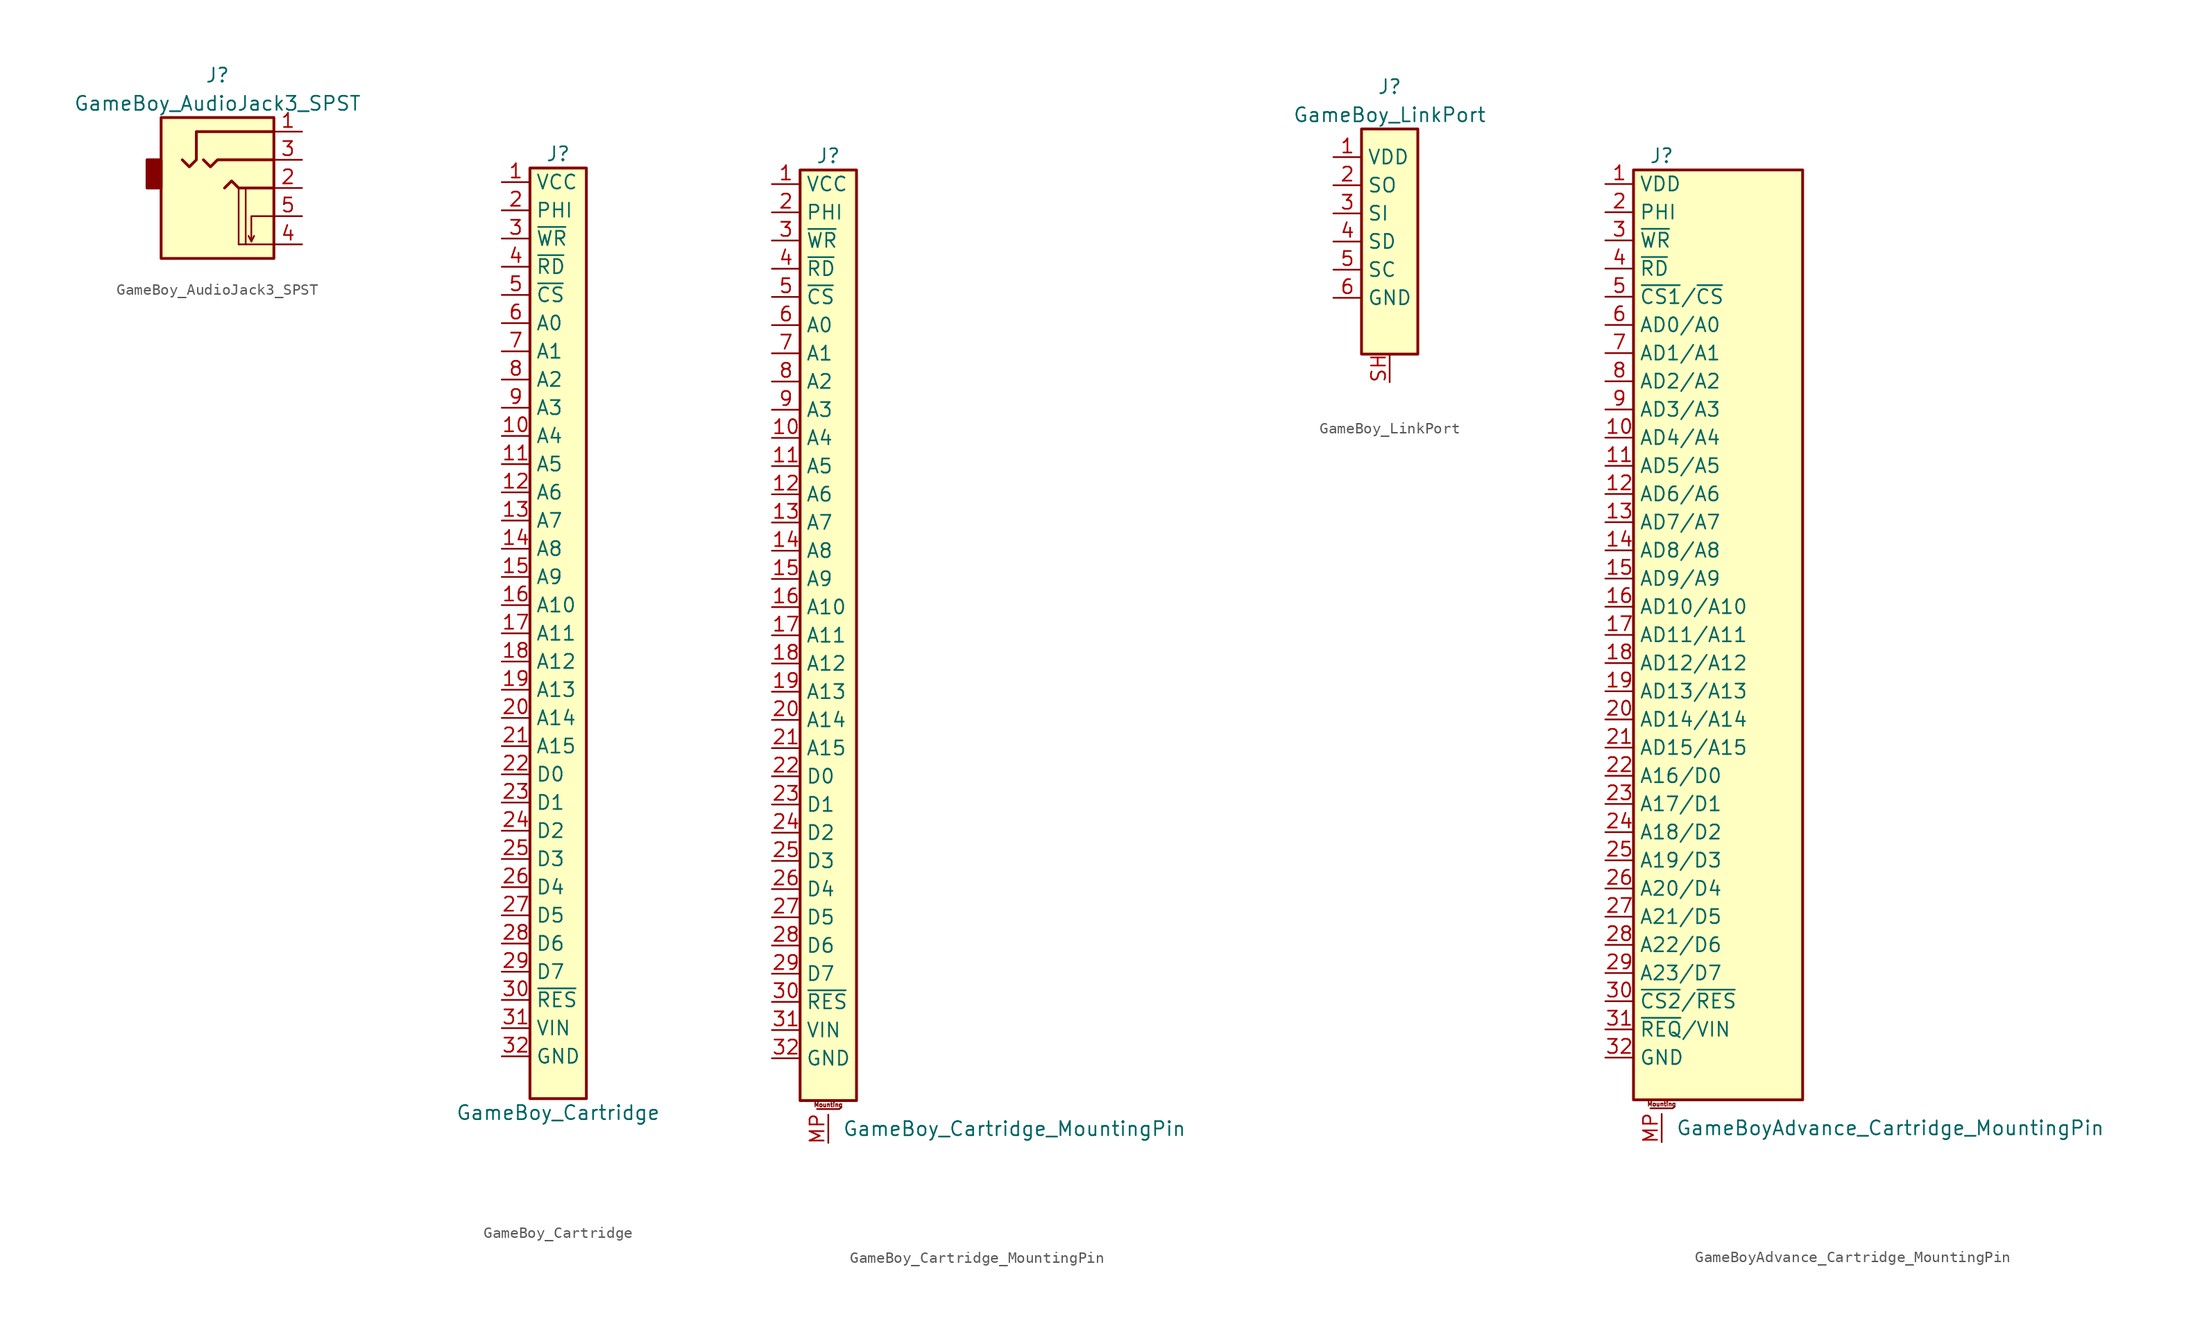
<source format=kicad_sym>
(kicad_symbol_lib
  (version 20211014)
  (generator kicad_symbol_editor)
  (symbol "GameBoy_AudioJack3_SPST"
    (property "Reference" "J"
      (at 0 10.16 0)
      (effects (font (size 1.27 1.27))))
    (property "Value" "GameBoy_AudioJack3_SPST"
      (at 0 7.62 0)
      (effects (font (size 1.27 1.27))))
    (symbol "GameBoy_AudioJack3_SPST_0_1"
      (rectangle (start -6.35 2.54) (end -5.08 0) (stroke (width 0.254) (type default) (color 0 0 0 0)) (fill (type outline)))
      (rectangle (start -5.08 6.35) (end 5.08 -6.35) (stroke (width 0.254) (type default) (color 0 0 0 0)) (fill (type background)))
      (polyline (pts (xy 1.905 -5.08) (xy 1.905 0)) (stroke (width 0) (type default) (color 0 0 0 0)) (fill (type none)))
      (polyline (pts (xy 2.54 -5.08) (xy 2.54 0)) (stroke (width 0) (type default) (color 0 0 0 0)) (fill (type none)))
      (polyline (pts (xy 5.08 -5.08) (xy 1.905 -5.08)) (stroke (width 0) (type default) (color 0 0 0 0)) (fill (type none))))
    (symbol "GameBoy_AudioJack3_SPST_1_1"
      (polyline (pts (xy 3.048 -4.826) (xy 3.302 -4.318)) (stroke (width 0) (type default) (color 0 0 0 0)) (fill (type none)))
      (polyline (pts (xy 0.635 0) (xy 1.27 0.635) (xy 1.905 0) (xy 5.08 0)) (stroke (width 0.254) (type default) (color 0 0 0 0)) (fill (type none)))
      (polyline (pts (xy 5.08 -2.54) (xy 3.048 -2.54) (xy 3.048 -4.826) (xy 2.794 -4.318)) (stroke (width 0) (type default) (color 0 0 0 0)) (fill (type none)))
      (polyline (pts (xy 5.08 2.54) (xy 0 2.54) (xy -0.635 1.905) (xy -1.27 2.54)) (stroke (width 0.254) (type default) (color 0 0 0 0)) (fill (type none)))
      (polyline (pts (xy 5.08 5.08) (xy -1.905 5.08) (xy -1.905 2.54) (xy -2.54 1.905) (xy -3.175 2.54)) (stroke (width 0.254) (type default) (color 0 0 0 0)) (fill (type none)))
      (pin passive line (at 7.62 5.08 180) (length 2.54) (name "~" (effects (font (size 1.27 1.27)))) (number "1" (effects (font (size 1.27 1.27)))))
      (pin passive line (at 7.62 0 180) (length 2.54) (name "~" (effects (font (size 1.27 1.27)))) (number "2" (effects (font (size 1.27 1.27)))))
      (pin passive line (at 7.62 2.54 180) (length 2.54) (name "~" (effects (font (size 1.27 1.27)))) (number "3" (effects (font (size 1.27 1.27)))))
      (pin passive line (at 7.62 -5.08 180) (length 2.54) (name "~" (effects (font (size 1.27 1.27)))) (number "4" (effects (font (size 1.27 1.27)))))
      (pin passive line (at 7.62 -2.54 180) (length 2.54) (name "~" (effects (font (size 1.27 1.27)))) (number "5" (effects (font (size 1.27 1.27)))))))
  (symbol "GameBoy_Cartridge"
    (property "Reference" "J"
      (at 0 43.18 0)
      (effects (font (size 1.27 1.27))))
    (property "Value" "GameBoy_Cartridge"
      (at 0 -43.18 0)
      (effects (font (size 1.27 1.27))))
    (symbol "GameBoy_Cartridge_0_1"
      (rectangle (start -2.54 41.91) (end 2.54 -41.91) (stroke (width 0.254) (type default) (color 0 0 0 0)) (fill (type background))))
    (symbol "GameBoy_Cartridge_1_1"
      (pin passive line (at -5.08 40.64 0) (length 2.54) (name "VCC" (effects (font (size 1.27 1.27)))) (number "1" (effects (font (size 1.27 1.27)))))
      (pin passive line (at -5.08 17.78 0) (length 2.54) (name "A4" (effects (font (size 1.27 1.27)))) (number "10" (effects (font (size 1.27 1.27)))))
      (pin passive line (at -5.08 15.24 0) (length 2.54) (name "A5" (effects (font (size 1.27 1.27)))) (number "11" (effects (font (size 1.27 1.27)))))
      (pin passive line (at -5.08 12.7 0) (length 2.54) (name "A6" (effects (font (size 1.27 1.27)))) (number "12" (effects (font (size 1.27 1.27)))))
      (pin passive line (at -5.08 10.16 0) (length 2.54) (name "A7" (effects (font (size 1.27 1.27)))) (number "13" (effects (font (size 1.27 1.27)))))
      (pin passive line (at -5.08 7.62 0) (length 2.54) (name "A8" (effects (font (size 1.27 1.27)))) (number "14" (effects (font (size 1.27 1.27)))))
      (pin passive line (at -5.08 5.08 0) (length 2.54) (name "A9" (effects (font (size 1.27 1.27)))) (number "15" (effects (font (size 1.27 1.27)))))
      (pin passive line (at -5.08 2.54 0) (length 2.54) (name "A10" (effects (font (size 1.27 1.27)))) (number "16" (effects (font (size 1.27 1.27)))))
      (pin passive line (at -5.08 0 0) (length 2.54) (name "A11" (effects (font (size 1.27 1.27)))) (number "17" (effects (font (size 1.27 1.27)))))
      (pin passive line (at -5.08 -2.54 0) (length 2.54) (name "A12" (effects (font (size 1.27 1.27)))) (number "18" (effects (font (size 1.27 1.27)))))
      (pin passive line (at -5.08 -5.08 0) (length 2.54) (name "A13" (effects (font (size 1.27 1.27)))) (number "19" (effects (font (size 1.27 1.27)))))
      (pin passive line (at -5.08 38.1 0) (length 2.54) (name "PHI" (effects (font (size 1.27 1.27)))) (number "2" (effects (font (size 1.27 1.27)))))
      (pin passive line (at -5.08 -7.62 0) (length 2.54) (name "A14" (effects (font (size 1.27 1.27)))) (number "20" (effects (font (size 1.27 1.27)))))
      (pin passive line (at -5.08 -10.16 0) (length 2.54) (name "A15" (effects (font (size 1.27 1.27)))) (number "21" (effects (font (size 1.27 1.27)))))
      (pin passive line (at -5.08 -12.7 0) (length 2.54) (name "D0" (effects (font (size 1.27 1.27)))) (number "22" (effects (font (size 1.27 1.27)))))
      (pin passive line (at -5.08 -15.24 0) (length 2.54) (name "D1" (effects (font (size 1.27 1.27)))) (number "23" (effects (font (size 1.27 1.27)))))
      (pin passive line (at -5.08 -17.78 0) (length 2.54) (name "D2" (effects (font (size 1.27 1.27)))) (number "24" (effects (font (size 1.27 1.27)))))
      (pin passive line (at -5.08 -20.32 0) (length 2.54) (name "D3" (effects (font (size 1.27 1.27)))) (number "25" (effects (font (size 1.27 1.27)))))
      (pin passive line (at -5.08 -22.86 0) (length 2.54) (name "D4" (effects (font (size 1.27 1.27)))) (number "26" (effects (font (size 1.27 1.27)))))
      (pin passive line (at -5.08 -25.4 0) (length 2.54) (name "D5" (effects (font (size 1.27 1.27)))) (number "27" (effects (font (size 1.27 1.27)))))
      (pin passive line (at -5.08 -27.94 0) (length 2.54) (name "D6" (effects (font (size 1.27 1.27)))) (number "28" (effects (font (size 1.27 1.27)))))
      (pin passive line (at -5.08 -30.48 0) (length 2.54) (name "D7" (effects (font (size 1.27 1.27)))) (number "29" (effects (font (size 1.27 1.27)))))
      (pin passive line (at -5.08 35.56 0) (length 2.54) (name "~{WR}" (effects (font (size 1.27 1.27)))) (number "3" (effects (font (size 1.27 1.27)))))
      (pin passive line (at -5.08 -33.02 0) (length 2.54) (name "~{RES}" (effects (font (size 1.27 1.27)))) (number "30" (effects (font (size 1.27 1.27)))))
      (pin passive line (at -5.08 -35.56 0) (length 2.54) (name "VIN" (effects (font (size 1.27 1.27)))) (number "31" (effects (font (size 1.27 1.27)))))
      (pin passive line (at -5.08 -38.1 0) (length 2.54) (name "GND" (effects (font (size 1.27 1.27)))) (number "32" (effects (font (size 1.27 1.27)))))
      (pin passive line (at -5.08 33.02 0) (length 2.54) (name "~{RD}" (effects (font (size 1.27 1.27)))) (number "4" (effects (font (size 1.27 1.27)))))
      (pin passive line (at -5.08 30.48 0) (length 2.54) (name "~{CS}" (effects (font (size 1.27 1.27)))) (number "5" (effects (font (size 1.27 1.27)))))
      (pin passive line (at -5.08 27.94 0) (length 2.54) (name "A0" (effects (font (size 1.27 1.27)))) (number "6" (effects (font (size 1.27 1.27)))))
      (pin passive line (at -5.08 25.4 0) (length 2.54) (name "A1" (effects (font (size 1.27 1.27)))) (number "7" (effects (font (size 1.27 1.27)))))
      (pin passive line (at -5.08 22.86 0) (length 2.54) (name "A2" (effects (font (size 1.27 1.27)))) (number "8" (effects (font (size 1.27 1.27)))))
      (pin passive line (at -5.08 20.32 0) (length 2.54) (name "A3" (effects (font (size 1.27 1.27)))) (number "9" (effects (font (size 1.27 1.27)))))))
  (symbol "GameBoy_Cartridge_MountingPin"
    (property "Reference" "J"
      (at 0 43.18 0)
      (effects (font (size 1.27 1.27))))
    (property "Value" "GameBoy_Cartridge_MountingPin"
      (at 1.27 -44.45 0)
      (effects (font (size 1.27 1.27)) (justify left)))
    (symbol "GameBoy_Cartridge_MountingPin_0_1"
      (rectangle (start -2.54 41.91) (end 2.54 -41.91) (stroke (width 0.254) (type default) (color 0 0 0 0)) (fill (type background))))
    (symbol "GameBoy_Cartridge_MountingPin_1_1"
      (polyline (pts (xy -1.016 -42.672) (xy 1.016 -42.672)) (stroke (width 0.152) (type default) (color 0 0 0 0)) (fill (type none)))
      (text "Mounting" (at 0 -42.291 0) (effects (font (size 0.381 0.381))))
      (pin passive line (at -5.08 40.64 0) (length 2.54) (name "VCC" (effects (font (size 1.27 1.27)))) (number "1" (effects (font (size 1.27 1.27)))))
      (pin passive line (at -5.08 17.78 0) (length 2.54) (name "A4" (effects (font (size 1.27 1.27)))) (number "10" (effects (font (size 1.27 1.27)))))
      (pin passive line (at -5.08 15.24 0) (length 2.54) (name "A5" (effects (font (size 1.27 1.27)))) (number "11" (effects (font (size 1.27 1.27)))))
      (pin passive line (at -5.08 12.7 0) (length 2.54) (name "A6" (effects (font (size 1.27 1.27)))) (number "12" (effects (font (size 1.27 1.27)))))
      (pin passive line (at -5.08 10.16 0) (length 2.54) (name "A7" (effects (font (size 1.27 1.27)))) (number "13" (effects (font (size 1.27 1.27)))))
      (pin passive line (at -5.08 7.62 0) (length 2.54) (name "A8" (effects (font (size 1.27 1.27)))) (number "14" (effects (font (size 1.27 1.27)))))
      (pin passive line (at -5.08 5.08 0) (length 2.54) (name "A9" (effects (font (size 1.27 1.27)))) (number "15" (effects (font (size 1.27 1.27)))))
      (pin passive line (at -5.08 2.54 0) (length 2.54) (name "A10" (effects (font (size 1.27 1.27)))) (number "16" (effects (font (size 1.27 1.27)))))
      (pin passive line (at -5.08 0 0) (length 2.54) (name "A11" (effects (font (size 1.27 1.27)))) (number "17" (effects (font (size 1.27 1.27)))))
      (pin passive line (at -5.08 -2.54 0) (length 2.54) (name "A12" (effects (font (size 1.27 1.27)))) (number "18" (effects (font (size 1.27 1.27)))))
      (pin passive line (at -5.08 -5.08 0) (length 2.54) (name "A13" (effects (font (size 1.27 1.27)))) (number "19" (effects (font (size 1.27 1.27)))))
      (pin passive line (at -5.08 38.1 0) (length 2.54) (name "PHI" (effects (font (size 1.27 1.27)))) (number "2" (effects (font (size 1.27 1.27)))))
      (pin passive line (at -5.08 -7.62 0) (length 2.54) (name "A14" (effects (font (size 1.27 1.27)))) (number "20" (effects (font (size 1.27 1.27)))))
      (pin passive line (at -5.08 -10.16 0) (length 2.54) (name "A15" (effects (font (size 1.27 1.27)))) (number "21" (effects (font (size 1.27 1.27)))))
      (pin passive line (at -5.08 -12.7 0) (length 2.54) (name "D0" (effects (font (size 1.27 1.27)))) (number "22" (effects (font (size 1.27 1.27)))))
      (pin passive line (at -5.08 -15.24 0) (length 2.54) (name "D1" (effects (font (size 1.27 1.27)))) (number "23" (effects (font (size 1.27 1.27)))))
      (pin passive line (at -5.08 -17.78 0) (length 2.54) (name "D2" (effects (font (size 1.27 1.27)))) (number "24" (effects (font (size 1.27 1.27)))))
      (pin passive line (at -5.08 -20.32 0) (length 2.54) (name "D3" (effects (font (size 1.27 1.27)))) (number "25" (effects (font (size 1.27 1.27)))))
      (pin passive line (at -5.08 -22.86 0) (length 2.54) (name "D4" (effects (font (size 1.27 1.27)))) (number "26" (effects (font (size 1.27 1.27)))))
      (pin passive line (at -5.08 -25.4 0) (length 2.54) (name "D5" (effects (font (size 1.27 1.27)))) (number "27" (effects (font (size 1.27 1.27)))))
      (pin passive line (at -5.08 -27.94 0) (length 2.54) (name "D6" (effects (font (size 1.27 1.27)))) (number "28" (effects (font (size 1.27 1.27)))))
      (pin passive line (at -5.08 -30.48 0) (length 2.54) (name "D7" (effects (font (size 1.27 1.27)))) (number "29" (effects (font (size 1.27 1.27)))))
      (pin passive line (at -5.08 35.56 0) (length 2.54) (name "~{WR}" (effects (font (size 1.27 1.27)))) (number "3" (effects (font (size 1.27 1.27)))))
      (pin passive line (at -5.08 -33.02 0) (length 2.54) (name "~{RES}" (effects (font (size 1.27 1.27)))) (number "30" (effects (font (size 1.27 1.27)))))
      (pin passive line (at -5.08 -35.56 0) (length 2.54) (name "VIN" (effects (font (size 1.27 1.27)))) (number "31" (effects (font (size 1.27 1.27)))))
      (pin passive line (at -5.08 -38.1 0) (length 2.54) (name "GND" (effects (font (size 1.27 1.27)))) (number "32" (effects (font (size 1.27 1.27)))))
      (pin passive line (at -5.08 33.02 0) (length 2.54) (name "~{RD}" (effects (font (size 1.27 1.27)))) (number "4" (effects (font (size 1.27 1.27)))))
      (pin passive line (at -5.08 30.48 0) (length 2.54) (name "~{CS}" (effects (font (size 1.27 1.27)))) (number "5" (effects (font (size 1.27 1.27)))))
      (pin passive line (at -5.08 27.94 0) (length 2.54) (name "A0" (effects (font (size 1.27 1.27)))) (number "6" (effects (font (size 1.27 1.27)))))
      (pin passive line (at -5.08 25.4 0) (length 2.54) (name "A1" (effects (font (size 1.27 1.27)))) (number "7" (effects (font (size 1.27 1.27)))))
      (pin passive line (at -5.08 22.86 0) (length 2.54) (name "A2" (effects (font (size 1.27 1.27)))) (number "8" (effects (font (size 1.27 1.27)))))
      (pin passive line (at -5.08 20.32 0) (length 2.54) (name "A3" (effects (font (size 1.27 1.27)))) (number "9" (effects (font (size 1.27 1.27)))))
      (pin passive line (at 0 -45.72 90) (length 2.54) (name "~" (effects (font (size 1.27 1.27)))) (number "MP" (effects (font (size 1.27 1.27)))))))
  (symbol "GameBoy_LinkPort"
    (property "Reference" "J"
      (at 0 13.97 0)
      (effects (font (size 1.27 1.27))))
    (property "Value" "GameBoy_LinkPort"
      (at 0 11.43 0)
      (effects (font (size 1.27 1.27))))
    (symbol "GameBoy_LinkPort_0_1"
      (rectangle (start -2.54 10.16) (end 2.54 -10.16) (stroke (width 0.254) (type default) (color 0 0 0 0)) (fill (type background))))
    (symbol "GameBoy_LinkPort_1_1"
      (pin passive line (at -5.08 7.62 0) (length 2.54) (name "VDD" (effects (font (size 1.27 1.27)))) (number "1" (effects (font (size 1.27 1.27)))))
      (pin passive line (at -5.08 5.08 0) (length 2.54) (name "SO" (effects (font (size 1.27 1.27)))) (number "2" (effects (font (size 1.27 1.27)))))
      (pin passive line (at -5.08 2.54 0) (length 2.54) (name "SI" (effects (font (size 1.27 1.27)))) (number "3" (effects (font (size 1.27 1.27)))))
      (pin passive line (at -5.08 0 0) (length 2.54) (name "SD" (effects (font (size 1.27 1.27)))) (number "4" (effects (font (size 1.27 1.27)))))
      (pin passive line (at -5.08 -2.54 0) (length 2.54) (name "SC" (effects (font (size 1.27 1.27)))) (number "5" (effects (font (size 1.27 1.27)))))
      (pin passive line (at -5.08 -5.08 0) (length 2.54) (name "GND" (effects (font (size 1.27 1.27)))) (number "6" (effects (font (size 1.27 1.27)))))
      (pin passive line (at 0 -12.7 90) (length 2.54) (name "~" (effects (font (size 1.27 1.27)))) (number "SH" (effects (font (size 1.27 1.27)))))))
  (symbol "GameBoyAdvance_Cartridge_MountingPin"
    (property "Reference" "J"
      (at -5.08 43.18 0)
      (effects (font (size 1.27 1.27))))
    (property "Value" "GameBoyAdvance_Cartridge_MountingPin"
      (at -3.81 -44.45 0)
      (effects (font (size 1.27 1.27)) (justify left)))
    (symbol "GameBoyAdvance_Cartridge_MountingPin_0_1"
      (rectangle (start -7.62 41.91) (end 7.62 -41.91) (stroke (width 0.254) (type default) (color 0 0 0 0)) (fill (type background))))
    (symbol "GameBoyAdvance_Cartridge_MountingPin_1_1"
      (polyline (pts (xy -6.096 -42.672) (xy -4.064 -42.672)) (stroke (width 0.152) (type default) (color 0 0 0 0)) (fill (type none)))
      (text "Mounting" (at -5.08 -42.291 0) (effects (font (size 0.381 0.381))))
      (pin passive line (at -10.16 40.64 0) (length 2.54) (name "VDD" (effects (font (size 1.27 1.27)))) (number "1" (effects (font (size 1.27 1.27)))))
      (pin passive line (at -10.16 17.78 0) (length 2.54) (name "AD4/A4" (effects (font (size 1.27 1.27)))) (number "10" (effects (font (size 1.27 1.27)))))
      (pin passive line (at -10.16 15.24 0) (length 2.54) (name "AD5/A5" (effects (font (size 1.27 1.27)))) (number "11" (effects (font (size 1.27 1.27)))))
      (pin passive line (at -10.16 12.7 0) (length 2.54) (name "AD6/A6" (effects (font (size 1.27 1.27)))) (number "12" (effects (font (size 1.27 1.27)))))
      (pin passive line (at -10.16 10.16 0) (length 2.54) (name "AD7/A7" (effects (font (size 1.27 1.27)))) (number "13" (effects (font (size 1.27 1.27)))))
      (pin passive line (at -10.16 7.62 0) (length 2.54) (name "AD8/A8" (effects (font (size 1.27 1.27)))) (number "14" (effects (font (size 1.27 1.27)))))
      (pin passive line (at -10.16 5.08 0) (length 2.54) (name "AD9/A9" (effects (font (size 1.27 1.27)))) (number "15" (effects (font (size 1.27 1.27)))))
      (pin passive line (at -10.16 2.54 0) (length 2.54) (name "AD10/A10" (effects (font (size 1.27 1.27)))) (number "16" (effects (font (size 1.27 1.27)))))
      (pin passive line (at -10.16 0 0) (length 2.54) (name "AD11/A11" (effects (font (size 1.27 1.27)))) (number "17" (effects (font (size 1.27 1.27)))))
      (pin passive line (at -10.16 -2.54 0) (length 2.54) (name "AD12/A12" (effects (font (size 1.27 1.27)))) (number "18" (effects (font (size 1.27 1.27)))))
      (pin passive line (at -10.16 -5.08 0) (length 2.54) (name "AD13/A13" (effects (font (size 1.27 1.27)))) (number "19" (effects (font (size 1.27 1.27)))))
      (pin passive line (at -10.16 38.1 0) (length 2.54) (name "PHI" (effects (font (size 1.27 1.27)))) (number "2" (effects (font (size 1.27 1.27)))))
      (pin passive line (at -10.16 -7.62 0) (length 2.54) (name "AD14/A14" (effects (font (size 1.27 1.27)))) (number "20" (effects (font (size 1.27 1.27)))))
      (pin passive line (at -10.16 -10.16 0) (length 2.54) (name "AD15/A15" (effects (font (size 1.27 1.27)))) (number "21" (effects (font (size 1.27 1.27)))))
      (pin passive line (at -10.16 -12.7 0) (length 2.54) (name "A16/D0" (effects (font (size 1.27 1.27)))) (number "22" (effects (font (size 1.27 1.27)))))
      (pin passive line (at -10.16 -15.24 0) (length 2.54) (name "A17/D1" (effects (font (size 1.27 1.27)))) (number "23" (effects (font (size 1.27 1.27)))))
      (pin passive line (at -10.16 -17.78 0) (length 2.54) (name "A18/D2" (effects (font (size 1.27 1.27)))) (number "24" (effects (font (size 1.27 1.27)))))
      (pin passive line (at -10.16 -20.32 0) (length 2.54) (name "A19/D3" (effects (font (size 1.27 1.27)))) (number "25" (effects (font (size 1.27 1.27)))))
      (pin passive line (at -10.16 -22.86 0) (length 2.54) (name "A20/D4" (effects (font (size 1.27 1.27)))) (number "26" (effects (font (size 1.27 1.27)))))
      (pin passive line (at -10.16 -25.4 0) (length 2.54) (name "A21/D5" (effects (font (size 1.27 1.27)))) (number "27" (effects (font (size 1.27 1.27)))))
      (pin passive line (at -10.16 -27.94 0) (length 2.54) (name "A22/D6" (effects (font (size 1.27 1.27)))) (number "28" (effects (font (size 1.27 1.27)))))
      (pin passive line (at -10.16 -30.48 0) (length 2.54) (name "A23/D7" (effects (font (size 1.27 1.27)))) (number "29" (effects (font (size 1.27 1.27)))))
      (pin passive line (at -10.16 35.56 0) (length 2.54) (name "~{WR}" (effects (font (size 1.27 1.27)))) (number "3" (effects (font (size 1.27 1.27)))))
      (pin passive line (at -10.16 -33.02 0) (length 2.54) (name "~{CS2}/~{RES}" (effects (font (size 1.27 1.27)))) (number "30" (effects (font (size 1.27 1.27)))))
      (pin passive line (at -10.16 -35.56 0) (length 2.54) (name "~{REQ}/VIN" (effects (font (size 1.27 1.27)))) (number "31" (effects (font (size 1.27 1.27)))))
      (pin passive line (at -10.16 -38.1 0) (length 2.54) (name "GND" (effects (font (size 1.27 1.27)))) (number "32" (effects (font (size 1.27 1.27)))))
      (pin passive line (at -10.16 33.02 0) (length 2.54) (name "~{RD}" (effects (font (size 1.27 1.27)))) (number "4" (effects (font (size 1.27 1.27)))))
      (pin passive line (at -10.16 30.48 0) (length 2.54) (name "~{CS1}/~{CS}" (effects (font (size 1.27 1.27)))) (number "5" (effects (font (size 1.27 1.27)))))
      (pin passive line (at -10.16 27.94 0) (length 2.54) (name "AD0/A0" (effects (font (size 1.27 1.27)))) (number "6" (effects (font (size 1.27 1.27)))))
      (pin passive line (at -10.16 25.4 0) (length 2.54) (name "AD1/A1" (effects (font (size 1.27 1.27)))) (number "7" (effects (font (size 1.27 1.27)))))
      (pin passive line (at -10.16 22.86 0) (length 2.54) (name "AD2/A2" (effects (font (size 1.27 1.27)))) (number "8" (effects (font (size 1.27 1.27)))))
      (pin passive line (at -10.16 20.32 0) (length 2.54) (name "AD3/A3" (effects (font (size 1.27 1.27)))) (number "9" (effects (font (size 1.27 1.27)))))
      (pin passive line (at -5.08 -45.72 90) (length 2.54) (name "~" (effects (font (size 1.27 1.27)))) (number "MP" (effects (font (size 1.27 1.27))))))))
</source>
